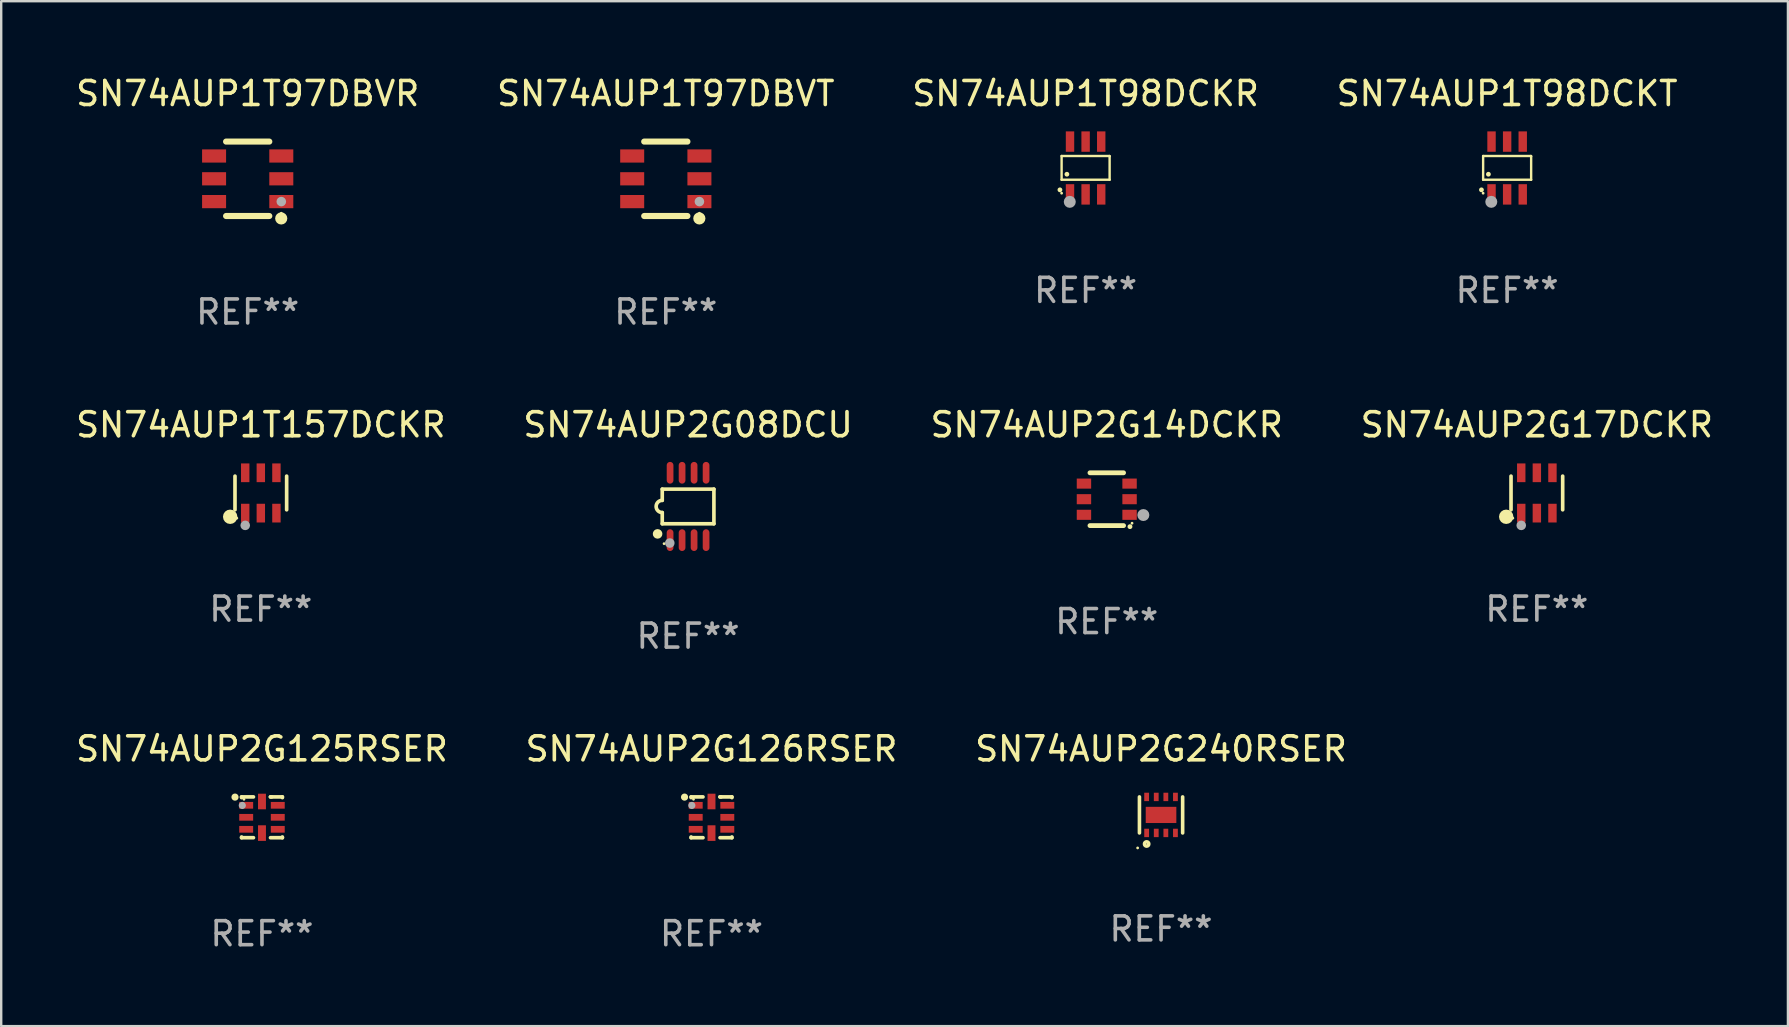
<source format=kicad_pcb>
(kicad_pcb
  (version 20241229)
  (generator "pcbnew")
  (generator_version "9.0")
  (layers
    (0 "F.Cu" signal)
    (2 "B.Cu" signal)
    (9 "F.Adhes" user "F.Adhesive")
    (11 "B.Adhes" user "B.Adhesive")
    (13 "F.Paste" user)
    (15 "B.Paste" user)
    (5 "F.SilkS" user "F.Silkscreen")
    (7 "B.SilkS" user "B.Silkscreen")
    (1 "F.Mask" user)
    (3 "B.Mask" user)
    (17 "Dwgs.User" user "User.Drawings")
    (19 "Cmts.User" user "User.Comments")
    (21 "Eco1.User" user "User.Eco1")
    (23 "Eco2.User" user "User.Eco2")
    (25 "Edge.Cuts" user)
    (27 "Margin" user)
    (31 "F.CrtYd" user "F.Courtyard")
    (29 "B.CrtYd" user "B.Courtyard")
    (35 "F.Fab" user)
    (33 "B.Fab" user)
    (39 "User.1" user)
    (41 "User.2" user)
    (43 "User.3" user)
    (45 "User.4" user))
  (footprint "SN74AUP2G17DCKR"
    (layer "F.Cu")
    (at 60.97 17.485)
    (property "Reference" "SN74AUP2G17DCKR" (at 0 -2.84 0) (layer "F.SilkS") (effects (font (size 1 1) (thickness 0.15))))
    (attr through_hole)
    (fp_line (start -1.076 0.701) (end -1.076 -0.701) (stroke (width 0.152) (type solid)) (layer "F.SilkS"))
    (fp_line (start 1.076 0.701) (end 1.076 -0.701) (stroke (width 0.152) (type solid)) (layer "F.SilkS"))
    (fp_circle (center -1.277 0.992) (end -1.127 0.992) (stroke (width 0.3) (type solid)) (fill no) (layer "F.SilkS"))
    (fp_circle (center -1 1.05) (end -0.97 1.05) (stroke (width 0.06) (type solid)) (fill no) (layer "F.SilkS"))
    (fp_circle (center -0.65 1.35) (end -0.55 1.35) (stroke (width 0.2) (type solid)) (fill no) (layer "F.Fab"))
    (fp_text user "REF**" (at 0 4.84 0) (layer "F.Fab") (effects (font (size 1 1) (thickness 0.15))))
    (pad "1" smd rect (at -0.65 0.84) (size 0.35 0.78) (layers "F.Cu" "F.Mask" "F.Paste"))
    (pad "2" smd rect (at 0 0.84) (size 0.35 0.78) (layers "F.Cu" "F.Mask" "F.Paste"))
    (pad "3" smd rect (at 0.65 0.84) (size 0.35 0.78) (layers "F.Cu" "F.Mask" "F.Paste"))
    (pad "4" smd rect (at 0.65 -0.84) (size 0.35 0.78) (layers "F.Cu" "F.Mask" "F.Paste"))
    (pad "5" smd rect (at 0 -0.84) (size 0.35 0.78) (layers "F.Cu" "F.Mask" "F.Paste"))
    (pad "6" smd rect (at -0.65 -0.84) (size 0.35 0.78) (layers "F.Cu" "F.Mask" "F.Paste")))
  (footprint "SN74AUP1T97DBVT"
    (layer "F.Cu")
    (at 24.685 4.398)
    (property "Reference" "SN74AUP1T97DBVT" (at 0 -3.55 0) (layer "F.SilkS") (effects (font (size 1 1) (thickness 0.15))))
    (attr through_hole)
    (fp_line (start -0.9 -1.55) (end 0.9 -1.55) (stroke (width 0.254) (type solid)) (layer "F.SilkS"))
    (fp_line (start -0.9 1.55) (end 0.9 1.55) (stroke (width 0.254) (type solid)) (layer "F.SilkS"))
    (fp_circle (center 1.397 1.651) (end 1.524 1.651) (stroke (width 0.254) (type solid)) (fill no) (layer "F.SilkS"))
    (fp_circle (center 1.4 1.435) (end 1.43 1.435) (stroke (width 0.06) (type solid)) (fill no) (layer "F.SilkS"))
    (fp_circle (center 1.4 0.95) (end 1.5 0.95) (stroke (width 0.2) (type solid)) (fill no) (layer "F.Fab"))
    (fp_text user "REF**" (at 0 5.55 0) (layer "F.Fab") (effects (font (size 1 1) (thickness 0.15))))
    (pad "1" smd rect (at 1.4 0.95) (size 1 0.55) (layers "F.Cu" "F.Mask" "F.Paste"))
    (pad "2" smd rect (at 1.4 -0.000102) (size 1 0.55) (layers "F.Cu" "F.Mask" "F.Paste"))
    (pad "3" smd rect (at 1.4 -0.95) (size 1 0.55) (layers "F.Cu" "F.Mask" "F.Paste"))
    (pad "4" smd rect (at -1.4 -0.95) (size 1 0.55) (layers "F.Cu" "F.Mask" "F.Paste"))
    (pad "5" smd rect (at -1.4 -0.000102) (size 1 0.55) (layers "F.Cu" "F.Mask" "F.Paste"))
    (pad "6" smd rect (at -1.4 0.95) (size 1 0.55) (layers "F.Cu" "F.Mask" "F.Paste")))
  (footprint "SN74AUP1T98DCKT"
    (layer "F.Cu")
    (at 59.732 3.948)
    (property "Reference" "SN74AUP1T98DCKT" (at 0 -3.1 0) (layer "F.SilkS") (effects (font (size 1 1) (thickness 0.15))))
    (attr through_hole)
    (fp_line (start -1 -0.5) (end -1 0.49) (stroke (width 0.1) (type solid)) (layer "F.SilkS"))
    (fp_line (start -1 0.49) (end 1 0.49) (stroke (width 0.1) (type solid)) (layer "F.SilkS"))
    (fp_line (start 0.99 -0.5) (end -1 -0.5) (stroke (width 0.1) (type solid)) (layer "F.SilkS"))
    (fp_line (start 1 -0.49) (end 0.99 -0.5) (stroke (width 0.1) (type solid)) (layer "F.SilkS"))
    (fp_line (start 1 0.49) (end 1 -0.49) (stroke (width 0.1) (type solid)) (layer "F.SilkS"))
    (fp_circle (center -1.07 0.91) (end -1.02 0.91) (stroke (width 0.1) (type solid)) (fill no) (layer "F.SilkS"))
    (fp_circle (center -1 1.05) (end -0.97 1.05) (stroke (width 0.06) (type solid)) (fill no) (layer "F.SilkS"))
    (fp_circle (center -0.78 0.26) (end -0.73 0.26) (stroke (width 0.1) (type solid)) (fill no) (layer "F.SilkS"))
    (fp_circle (center -0.66 1.41) (end -0.535 1.41) (stroke (width 0.25) (type solid)) (fill no) (layer "F.Fab"))
    (fp_text user "REF**" (at 0 5.1 0) (layer "F.Fab") (effects (font (size 1 1) (thickness 0.15))))
    (pad "1" smd rect (at -0.65 1.1) (size 0.35 0.85) (layers "F.Cu" "F.Mask" "F.Paste"))
    (pad "2" smd rect (at 0 1.1) (size 0.35 0.85) (layers "F.Cu" "F.Mask" "F.Paste"))
    (pad "3" smd rect (at 0.65 1.1) (size 0.35 0.85) (layers "F.Cu" "F.Mask" "F.Paste"))
    (pad "4" smd rect (at 0.65 -1.1) (size 0.35 0.85) (layers "F.Cu" "F.Mask" "F.Paste"))
    (pad "5" smd rect (at 0 -1.1) (size 0.35 0.85) (layers "F.Cu" "F.Mask" "F.Paste"))
    (pad "6" smd rect (at -0.65 -1.1) (size 0.35 0.85) (layers "F.Cu" "F.Mask" "F.Paste")))
  (footprint "SN74AUP1T97DBVR"
    (layer "F.Cu")
    (at 7.268 4.398)
    (property "Reference" "SN74AUP1T97DBVR" (at 0 -3.55 0) (layer "F.SilkS") (effects (font (size 1 1) (thickness 0.15))))
    (attr through_hole)
    (fp_line (start -0.9 -1.55) (end 0.9 -1.55) (stroke (width 0.254) (type solid)) (layer "F.SilkS"))
    (fp_line (start -0.9 1.55) (end 0.9 1.55) (stroke (width 0.254) (type solid)) (layer "F.SilkS"))
    (fp_circle (center 1.397 1.651) (end 1.524 1.651) (stroke (width 0.254) (type solid)) (fill no) (layer "F.SilkS"))
    (fp_circle (center 1.4 1.435) (end 1.43 1.435) (stroke (width 0.06) (type solid)) (fill no) (layer "F.SilkS"))
    (fp_circle (center 1.4 0.95) (end 1.5 0.95) (stroke (width 0.2) (type solid)) (fill no) (layer "F.Fab"))
    (fp_text user "REF**" (at 0 5.55 0) (layer "F.Fab") (effects (font (size 1 1) (thickness 0.15))))
    (pad "1" smd rect (at 1.4 0.95) (size 1 0.55) (layers "F.Cu" "F.Mask" "F.Paste"))
    (pad "2" smd rect (at 1.4 -0.000102) (size 1 0.55) (layers "F.Cu" "F.Mask" "F.Paste"))
    (pad "3" smd rect (at 1.4 -0.95) (size 1 0.55) (layers "F.Cu" "F.Mask" "F.Paste"))
    (pad "4" smd rect (at -1.4 -0.95) (size 1 0.55) (layers "F.Cu" "F.Mask" "F.Paste"))
    (pad "5" smd rect (at -1.4 -0.000102) (size 1 0.55) (layers "F.Cu" "F.Mask" "F.Paste"))
    (pad "6" smd rect (at -1.4 0.95) (size 1 0.55) (layers "F.Cu" "F.Mask" "F.Paste")))
  (footprint "SN74AUP2G08DCU"
    (layer "F.Cu")
    (at 25.613 18.047)
    (property "Reference" "SN74AUP2G08DCU" (at 0 -3.403 0) (layer "F.SilkS") (effects (font (size 1 1) (thickness 0.15))))
    (attr through_hole)
    (fp_line (start -1.076 -0.721) (end 1.076 -0.721) (stroke (width 0.152) (type solid)) (layer "F.SilkS"))
    (fp_line (start -1.076 -0.254) (end -1.076 -0.721) (stroke (width 0.152) (type solid)) (layer "F.SilkS"))
    (fp_line (start -1.076 0.254) (end -1.076 0.721) (stroke (width 0.152) (type solid)) (layer "F.SilkS"))
    (fp_line (start 1.076 -0.721) (end 1.076 0.721) (stroke (width 0.152) (type solid)) (layer "F.SilkS"))
    (fp_line (start 1.076 0.721) (end -1.076 0.721) (stroke (width 0.152) (type solid)) (layer "F.SilkS"))
    (fp_arc (start -1.076226 0.254051) (mid -1.330226 0.000051) (end -1.076226 -0.253949) (stroke (width 0.151994) (type solid)) (layer "F.SilkS"))
    (fp_circle (center -1.27 1.143) (end -1.17 1.143) (stroke (width 0.2) (type solid)) (fill no) (layer "F.SilkS"))
    (fp_circle (center -1 1.55) (end -0.97 1.55) (stroke (width 0.06) (type solid)) (fill no) (layer "F.SilkS"))
    (fp_circle (center -0.762 1.524) (end -0.662 1.524) (stroke (width 0.2) (type solid)) (fill no) (layer "F.Fab"))
    (fp_text user "REF**" (at 0 5.403 0) (layer "F.Fab") (effects (font (size 1 1) (thickness 0.15))))
    (pad "1" smd oval (at -0.75 1.403) (size 0.28 0.905) (layers "F.Cu" "F.Mask" "F.Paste"))
    (pad "2" smd oval (at -0.25 1.403) (size 0.28 0.905) (layers "F.Cu" "F.Mask" "F.Paste"))
    (pad "3" smd oval (at 0.25 1.403) (size 0.28 0.905) (layers "F.Cu" "F.Mask" "F.Paste"))
    (pad "4" smd oval (at 0.75 1.403) (size 0.28 0.905) (layers "F.Cu" "F.Mask" "F.Paste"))
    (pad "5" smd oval (at 0.75 -1.403) (size 0.28 0.905) (layers "F.Cu" "F.Mask" "F.Paste"))
    (pad "6" smd oval (at 0.25 -1.403) (size 0.28 0.905) (layers "F.Cu" "F.Mask" "F.Paste"))
    (pad "7" smd oval (at -0.25 -1.403) (size 0.28 0.905) (layers "F.Cu" "F.Mask" "F.Paste"))
    (pad "8" smd oval (at -0.75 -1.403) (size 0.28 0.905) (layers "F.Cu" "F.Mask" "F.Paste")))
  (footprint "SN74AUP2G126RSER"
    (layer "F.Cu")
    (at 26.589 30.996)
    (property "Reference" "SN74AUP2G126RSER" (at 0 -2.85 0) (layer "F.SilkS") (effects (font (size 1 1) (thickness 0.15))))
    (attr through_hole)
    (fp_line (start -0.85 -0.85) (end -0.355 -0.85) (stroke (width 0.152) (type solid)) (layer "F.SilkS"))
    (fp_line (start -0.85 -0.82) (end -0.85 -0.85) (stroke (width 0.152) (type solid)) (layer "F.SilkS"))
    (fp_line (start -0.85 0.85) (end -0.85 0.82) (stroke (width 0.152) (type solid)) (layer "F.SilkS"))
    (fp_line (start -0.355 0.85) (end -0.85 0.85) (stroke (width 0.152) (type solid)) (layer "F.SilkS"))
    (fp_line (start 0.35 -0.85) (end 0.85 -0.85) (stroke (width 0.152) (type solid)) (layer "F.SilkS"))
    (fp_line (start 0.355 -0.85) (end 0.4 -0.85) (stroke (width 0.152) (type solid)) (layer "F.SilkS"))
    (fp_line (start 0.85 -0.85) (end 0.85 -0.82) (stroke (width 0.152) (type solid)) (layer "F.SilkS"))
    (fp_line (start 0.85 0.82) (end 0.85 0.85) (stroke (width 0.152) (type solid)) (layer "F.SilkS"))
    (fp_line (start 0.85 0.85) (end 0.355 0.85) (stroke (width 0.152) (type solid)) (layer "F.SilkS"))
    (fp_circle (center -1.123 -0.841) (end -1.048 -0.841) (stroke (width 0.15) (type solid)) (fill no) (layer "F.SilkS"))
    (fp_circle (center -0.75 -0.75) (end -0.72 -0.75) (stroke (width 0.06) (type solid)) (fill no) (layer "F.SilkS"))
    (fp_circle (center -0.82 -0.494) (end -0.745 -0.494) (stroke (width 0.15) (type solid)) (fill no) (layer "F.Fab"))
    (fp_text user "REF**" (at 0 4.85 0) (layer "F.Fab") (effects (font (size 1 1) (thickness 0.15))))
    (pad "1" smd rect (at -0.658 -0.5) (size 0.58 0.28) (layers "F.Cu" "F.Mask" "F.Paste"))
    (pad "2" smd rect (at -0.658 -0.000013) (size 0.58 0.28) (layers "F.Cu" "F.Mask" "F.Paste"))
    (pad "3" smd rect (at -0.658 0.5) (size 0.58 0.28) (layers "F.Cu" "F.Mask" "F.Paste"))
    (pad "4" smd rect (at -0.000013 0.658) (size 0.33 0.65) (layers "F.Cu" "F.Mask" "F.Paste"))
    (pad "5" smd rect (at 0.658 0.5) (size 0.58 0.28) (layers "F.Cu" "F.Mask" "F.Paste"))
    (pad "6" smd rect (at 0.658 -0.000013) (size 0.58 0.28) (layers "F.Cu" "F.Mask" "F.Paste"))
    (pad "7" smd rect (at 0.658 -0.5) (size 0.58 0.28) (layers "F.Cu" "F.Mask" "F.Paste"))
    (pad "8" smd rect (at -0.000013 -0.658) (size 0.33 0.65) (layers "F.Cu" "F.Mask" "F.Paste")))
  (footprint "SN74AUP2G125RSER"
    (layer "F.Cu")
    (at 7.863 30.996)
    (property "Reference" "SN74AUP2G125RSER" (at 0 -2.85 0) (layer "F.SilkS") (effects (font (size 1 1) (thickness 0.15))))
    (attr through_hole)
    (fp_line (start -0.85 -0.85) (end -0.355 -0.85) (stroke (width 0.152) (type solid)) (layer "F.SilkS"))
    (fp_line (start -0.85 -0.82) (end -0.85 -0.85) (stroke (width 0.152) (type solid)) (layer "F.SilkS"))
    (fp_line (start -0.85 0.85) (end -0.85 0.82) (stroke (width 0.152) (type solid)) (layer "F.SilkS"))
    (fp_line (start -0.355 0.85) (end -0.85 0.85) (stroke (width 0.152) (type solid)) (layer "F.SilkS"))
    (fp_line (start 0.35 -0.85) (end 0.85 -0.85) (stroke (width 0.152) (type solid)) (layer "F.SilkS"))
    (fp_line (start 0.355 -0.85) (end 0.4 -0.85) (stroke (width 0.152) (type solid)) (layer "F.SilkS"))
    (fp_line (start 0.85 -0.85) (end 0.85 -0.82) (stroke (width 0.152) (type solid)) (layer "F.SilkS"))
    (fp_line (start 0.85 0.82) (end 0.85 0.85) (stroke (width 0.152) (type solid)) (layer "F.SilkS"))
    (fp_line (start 0.85 0.85) (end 0.355 0.85) (stroke (width 0.152) (type solid)) (layer "F.SilkS"))
    (fp_circle (center -1.123 -0.841) (end -1.048 -0.841) (stroke (width 0.15) (type solid)) (fill no) (layer "F.SilkS"))
    (fp_circle (center -0.75 -0.75) (end -0.72 -0.75) (stroke (width 0.06) (type solid)) (fill no) (layer "F.SilkS"))
    (fp_circle (center -0.82 -0.494) (end -0.745 -0.494) (stroke (width 0.15) (type solid)) (fill no) (layer "F.Fab"))
    (fp_text user "REF**" (at 0 4.85 0) (layer "F.Fab") (effects (font (size 1 1) (thickness 0.15))))
    (pad "1" smd rect (at -0.658 -0.5) (size 0.58 0.28) (layers "F.Cu" "F.Mask" "F.Paste"))
    (pad "2" smd rect (at -0.658 -0.000013) (size 0.58 0.28) (layers "F.Cu" "F.Mask" "F.Paste"))
    (pad "3" smd rect (at -0.658 0.5) (size 0.58 0.28) (layers "F.Cu" "F.Mask" "F.Paste"))
    (pad "4" smd rect (at -0.000013 0.658) (size 0.33 0.65) (layers "F.Cu" "F.Mask" "F.Paste"))
    (pad "5" smd rect (at 0.658 0.5) (size 0.58 0.28) (layers "F.Cu" "F.Mask" "F.Paste"))
    (pad "6" smd rect (at 0.658 -0.000013) (size 0.58 0.28) (layers "F.Cu" "F.Mask" "F.Paste"))
    (pad "7" smd rect (at 0.658 -0.5) (size 0.58 0.28) (layers "F.Cu" "F.Mask" "F.Paste"))
    (pad "8" smd rect (at -0.000013 -0.658) (size 0.33 0.65) (layers "F.Cu" "F.Mask" "F.Paste")))
  (footprint "SN74AUP1T157DCKR"
    (layer "F.Cu")
    (at 7.815 17.485)
    (property "Reference" "SN74AUP1T157DCKR" (at 0 -2.84 0) (layer "F.SilkS") (effects (font (size 1 1) (thickness 0.15))))
    (attr through_hole)
    (fp_line (start -1.076 0.701) (end -1.076 -0.701) (stroke (width 0.152) (type solid)) (layer "F.SilkS"))
    (fp_line (start 1.076 0.701) (end 1.076 -0.701) (stroke (width 0.152) (type solid)) (layer "F.SilkS"))
    (fp_circle (center -1.277 0.992) (end -1.127 0.992) (stroke (width 0.3) (type solid)) (fill no) (layer "F.SilkS"))
    (fp_circle (center -1 1.05) (end -0.97 1.05) (stroke (width 0.06) (type solid)) (fill no) (layer "F.SilkS"))
    (fp_circle (center -0.65 1.35) (end -0.55 1.35) (stroke (width 0.2) (type solid)) (fill no) (layer "F.Fab"))
    (fp_text user "REF**" (at 0 4.84 0) (layer "F.Fab") (effects (font (size 1 1) (thickness 0.15))))
    (pad "1" smd rect (at -0.65 0.84) (size 0.35 0.78) (layers "F.Cu" "F.Mask" "F.Paste"))
    (pad "2" smd rect (at 0 0.84) (size 0.35 0.78) (layers "F.Cu" "F.Mask" "F.Paste"))
    (pad "3" smd rect (at 0.65 0.84) (size 0.35 0.78) (layers "F.Cu" "F.Mask" "F.Paste"))
    (pad "4" smd rect (at 0.65 -0.84) (size 0.35 0.78) (layers "F.Cu" "F.Mask" "F.Paste"))
    (pad "5" smd rect (at 0 -0.84) (size 0.35 0.78) (layers "F.Cu" "F.Mask" "F.Paste"))
    (pad "6" smd rect (at -0.65 -0.84) (size 0.35 0.78) (layers "F.Cu" "F.Mask" "F.Paste")))
  (footprint "SN74AUP1T98DCKR"
    (layer "F.Cu")
    (at 42.173 3.948)
    (property "Reference" "SN74AUP1T98DCKR" (at 0 -3.1 0) (layer "F.SilkS") (effects (font (size 1 1) (thickness 0.15))))
    (attr through_hole)
    (fp_line (start -1 -0.5) (end -1 0.49) (stroke (width 0.1) (type solid)) (layer "F.SilkS"))
    (fp_line (start -1 0.49) (end 1 0.49) (stroke (width 0.1) (type solid)) (layer "F.SilkS"))
    (fp_line (start 0.99 -0.5) (end -1 -0.5) (stroke (width 0.1) (type solid)) (layer "F.SilkS"))
    (fp_line (start 1 -0.49) (end 0.99 -0.5) (stroke (width 0.1) (type solid)) (layer "F.SilkS"))
    (fp_line (start 1 0.49) (end 1 -0.49) (stroke (width 0.1) (type solid)) (layer "F.SilkS"))
    (fp_circle (center -1.07 0.91) (end -1.02 0.91) (stroke (width 0.1) (type solid)) (fill no) (layer "F.SilkS"))
    (fp_circle (center -1 1.05) (end -0.97 1.05) (stroke (width 0.06) (type solid)) (fill no) (layer "F.SilkS"))
    (fp_circle (center -0.78 0.26) (end -0.73 0.26) (stroke (width 0.1) (type solid)) (fill no) (layer "F.SilkS"))
    (fp_circle (center -0.66 1.41) (end -0.535 1.41) (stroke (width 0.25) (type solid)) (fill no) (layer "F.Fab"))
    (fp_text user "REF**" (at 0 5.1 0) (layer "F.Fab") (effects (font (size 1 1) (thickness 0.15))))
    (pad "1" smd rect (at -0.65 1.1) (size 0.35 0.85) (layers "F.Cu" "F.Mask" "F.Paste"))
    (pad "2" smd rect (at 0 1.1) (size 0.35 0.85) (layers "F.Cu" "F.Mask" "F.Paste"))
    (pad "3" smd rect (at 0.65 1.1) (size 0.35 0.85) (layers "F.Cu" "F.Mask" "F.Paste"))
    (pad "4" smd rect (at 0.65 -1.1) (size 0.35 0.85) (layers "F.Cu" "F.Mask" "F.Paste"))
    (pad "5" smd rect (at 0 -1.1) (size 0.35 0.85) (layers "F.Cu" "F.Mask" "F.Paste"))
    (pad "6" smd rect (at -0.65 -1.1) (size 0.35 0.85) (layers "F.Cu" "F.Mask" "F.Paste")))
  (footprint "SN74AUP2G14DCKR"
    (layer "F.Cu")
    (at 43.054 17.745)
    (property "Reference" "SN74AUP2G14DCKR" (at 0 -3.1 0) (layer "F.SilkS") (effects (font (size 1 1) (thickness 0.15))))
    (attr through_hole)
    (fp_line (start -0.7 -1.1) (end 0.7 -1.1) (stroke (width 0.2) (type solid)) (layer "F.SilkS"))
    (fp_line (start -0.7 1.1) (end 0.7 1.1) (stroke (width 0.2) (type solid)) (layer "F.SilkS"))
    (fp_arc (start 0.965202 1.143002) (mid 0.966472 1.142996) (end 0.967742 1.143002) (stroke (width 0.2) (type solid)) (layer "F.SilkS"))
    (fp_circle (center 1.053 1) (end 1.083 1) (stroke (width 0.06) (type solid)) (fill no) (layer "F.SilkS"))
    (fp_circle (center 1.524 0.66) (end 1.649 0.66) (stroke (width 0.25) (type solid)) (fill no) (layer "F.Fab"))
    (fp_text user "REF**" (at 0 5.1 0) (layer "F.Fab") (effects (font (size 1 1) (thickness 0.15))))
    (pad "1" smd rect (at 0.95 0.65 90) (size 0.42 0.6) (layers "F.Cu" "F.Mask" "F.Paste"))
    (pad "2" smd rect (at 0.95 0 90) (size 0.42 0.6) (layers "F.Cu" "F.Mask" "F.Paste"))
    (pad "3" smd rect (at 0.95 -0.65 90) (size 0.42 0.6) (layers "F.Cu" "F.Mask" "F.Paste"))
    (pad "4" smd rect (at -0.95 -0.65 270) (size 0.42 0.6) (layers "F.Cu" "F.Mask" "F.Paste"))
    (pad "5" smd rect (at -0.95 0 270) (size 0.42 0.6) (layers "F.Cu" "F.Mask" "F.Paste"))
    (pad "6" smd rect (at -0.95 0.65 270) (size 0.42 0.6) (layers "F.Cu" "F.Mask" "F.Paste")))
  (footprint "SN74AUP2G240RSER"
    (layer "F.Cu")
    (at 45.315 30.897)
    (property "Reference" "SN74AUP2G240RSER" (at 0 -2.75 0) (layer "F.SilkS") (effects (font (size 1 1) (thickness 0.15))))
    (attr through_hole)
    (fp_line (start -0.9 -0.75) (end -0.9 0.75) (stroke (width 0.15) (type solid)) (layer "F.SilkS"))
    (fp_line (start 0.9 -0.75) (end 0.9 0.75) (stroke (width 0.15) (type solid)) (layer "F.SilkS"))
    (fp_circle (center -0.975 1.375) (end -0.945 1.375) (stroke (width 0.06) (type solid)) (fill no) (layer "F.SilkS"))
    (fp_circle (center -0.6 1.21) (end -0.51 1.21) (stroke (width 0.15) (type solid)) (fill no) (layer "F.SilkS"))
    (fp_text user "REF**" (at 0 4.75 0) (layer "F.Fab") (effects (font (size 1 1) (thickness 0.15))))
    (pad "1" smd rect (at -0.6 0.75) (size 0.2 0.35) (layers "F.Cu" "F.Mask" "F.Paste"))
    (pad "2" smd rect (at -0.2 0.75) (size 0.2 0.35) (layers "F.Cu" "F.Mask" "F.Paste"))
    (pad "3" smd rect (at 0.2 0.75) (size 0.2 0.35) (layers "F.Cu" "F.Mask" "F.Paste"))
    (pad "4" smd rect (at 0.6 0.75) (size 0.2 0.35) (layers "F.Cu" "F.Mask" "F.Paste"))
    (pad "5" smd rect (at 0.6 -0.75) (size 0.2 0.35) (layers "F.Cu" "F.Mask" "F.Paste"))
    (pad "6" smd rect (at 0.2 -0.75) (size 0.2 0.35) (layers "F.Cu" "F.Mask" "F.Paste"))
    (pad "7" smd rect (at -0.2 -0.75) (size 0.2 0.35) (layers "F.Cu" "F.Mask" "F.Paste"))
    (pad "8" smd rect (at -0.6 -0.75) (size 0.2 0.35) (layers "F.Cu" "F.Mask" "F.Paste"))
    (pad "9" smd rect (at -0.000013 0 90) (size 0.675 1.275) (layers "F.Cu" "F.Mask" "F.Paste")))
  (gr_rect
    (start -3 -3)
    (end 71.429 39.695)
    (stroke (width 0.1) (type default))
    (fill no)
    (layer "Edge.Cuts")))
</source>
